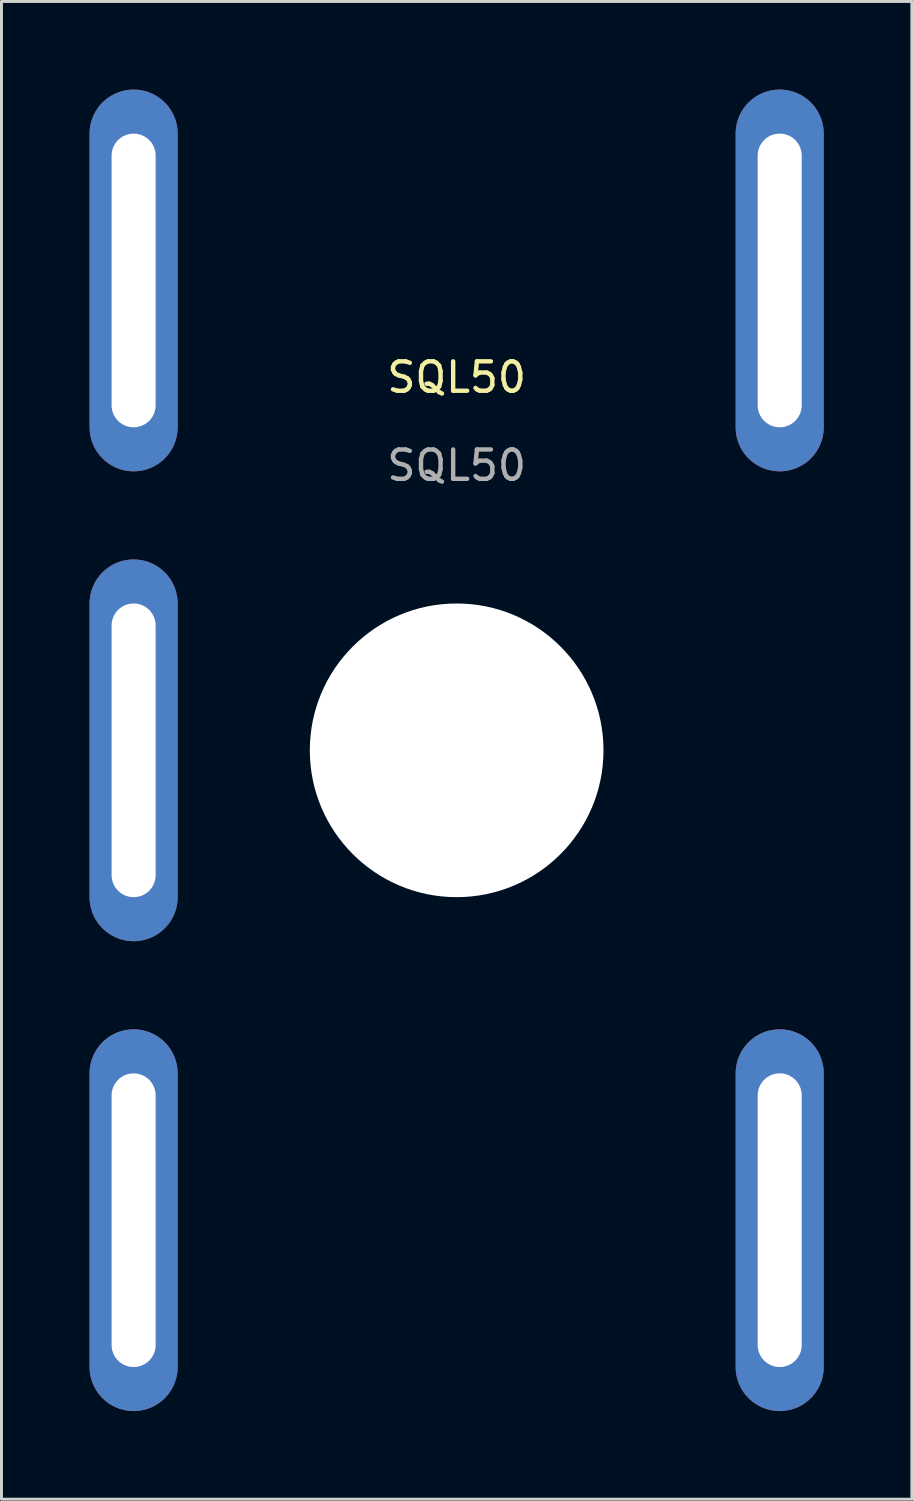
<source format=kicad_pcb>
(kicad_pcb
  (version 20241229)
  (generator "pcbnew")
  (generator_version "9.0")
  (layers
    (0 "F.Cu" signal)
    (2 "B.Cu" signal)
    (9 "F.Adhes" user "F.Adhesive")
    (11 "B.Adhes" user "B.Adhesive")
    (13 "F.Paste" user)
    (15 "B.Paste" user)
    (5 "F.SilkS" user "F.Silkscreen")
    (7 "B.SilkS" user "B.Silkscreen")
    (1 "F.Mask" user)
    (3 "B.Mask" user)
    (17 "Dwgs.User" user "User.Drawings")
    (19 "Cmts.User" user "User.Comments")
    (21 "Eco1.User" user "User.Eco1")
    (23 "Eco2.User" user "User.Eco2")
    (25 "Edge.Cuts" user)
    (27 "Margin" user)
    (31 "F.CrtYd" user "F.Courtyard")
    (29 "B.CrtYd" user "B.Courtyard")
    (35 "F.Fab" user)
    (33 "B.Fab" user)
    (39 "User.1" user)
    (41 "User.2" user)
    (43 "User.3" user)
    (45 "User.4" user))
  (footprint "SQL50"
    (layer "F.Cu")
    (at 12.5 22.5)
    (property "Reference" "SQL50" (at 0 -12.7 0) (unlocked yes) (layer "F.SilkS") (effects (font (size 1 1) (thickness 0.15))))
    (attr through_hole)
    (fp_text user "${REFERENCE}" (at 0 -9.7 0) (unlocked yes) (layer "F.Fab") (effects (font (size 1 1) (thickness 0.15))))
    (pad "" np_thru_hole circle (at 0 0) (size 10 10) (drill 10) (layers "*.Cu" "*.Mask"))
    (pad "1" thru_hole oval (at -11 -16) (size 3 13) (drill oval 1.5 10) (layers "*.Cu" "*.Mask"))
    (pad "2" thru_hole oval (at -11 0) (size 3 13) (drill oval 1.5 10) (layers "*.Cu" "*.Mask"))
    (pad "3" thru_hole oval (at -11 16) (size 3 13) (drill oval 1.5 10) (layers "*.Cu" "*.Mask"))
    (pad "4" thru_hole oval (at 11 -16) (size 3 13) (drill oval 1.5 10) (layers "*.Cu" "*.Mask"))
    (pad "5" thru_hole oval (at 11 16) (size 3 13) (drill oval 1.5 10) (layers "*.Cu" "*.Mask")))
  (gr_rect
    (start -3 -3)
    (end 28 48)
    (stroke (width 0.1) (type default))
    (fill no)
    (layer "Edge.Cuts")))
</source>
